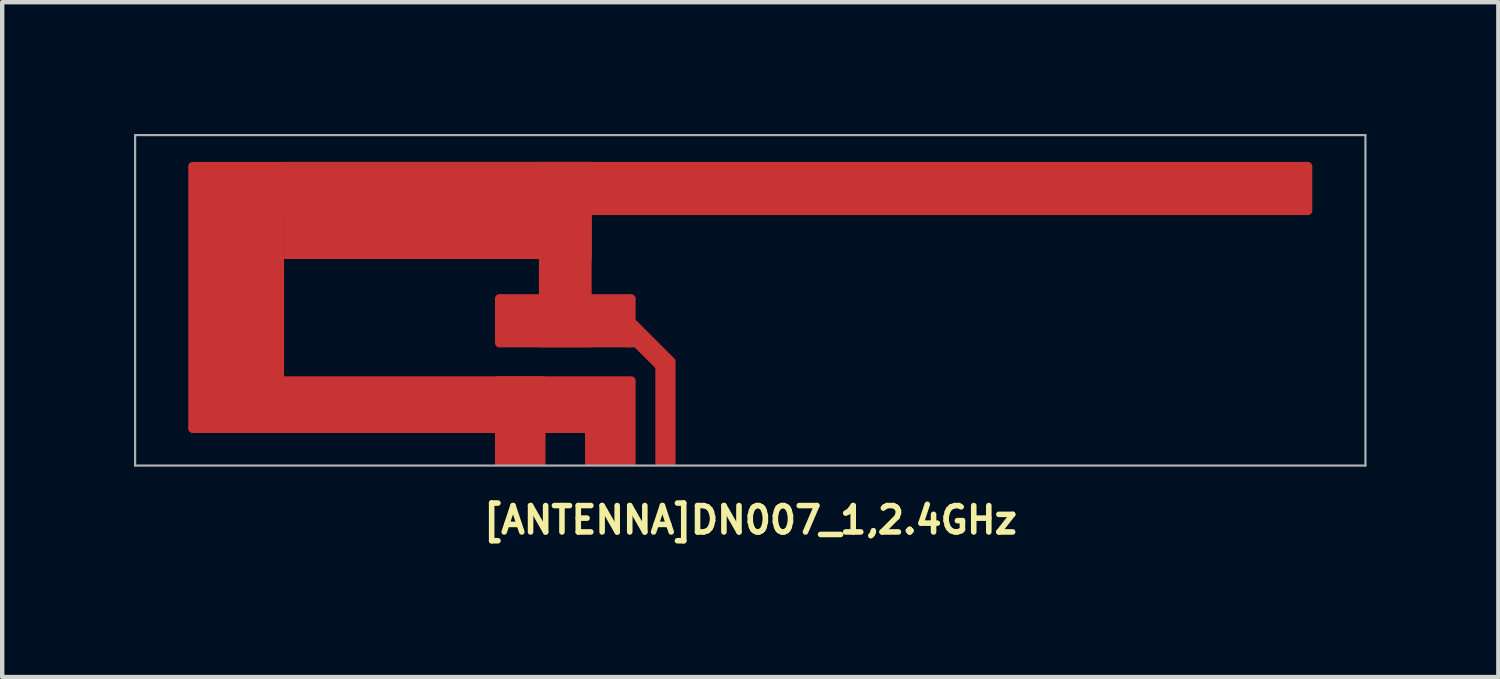
<source format=kicad_pcb>
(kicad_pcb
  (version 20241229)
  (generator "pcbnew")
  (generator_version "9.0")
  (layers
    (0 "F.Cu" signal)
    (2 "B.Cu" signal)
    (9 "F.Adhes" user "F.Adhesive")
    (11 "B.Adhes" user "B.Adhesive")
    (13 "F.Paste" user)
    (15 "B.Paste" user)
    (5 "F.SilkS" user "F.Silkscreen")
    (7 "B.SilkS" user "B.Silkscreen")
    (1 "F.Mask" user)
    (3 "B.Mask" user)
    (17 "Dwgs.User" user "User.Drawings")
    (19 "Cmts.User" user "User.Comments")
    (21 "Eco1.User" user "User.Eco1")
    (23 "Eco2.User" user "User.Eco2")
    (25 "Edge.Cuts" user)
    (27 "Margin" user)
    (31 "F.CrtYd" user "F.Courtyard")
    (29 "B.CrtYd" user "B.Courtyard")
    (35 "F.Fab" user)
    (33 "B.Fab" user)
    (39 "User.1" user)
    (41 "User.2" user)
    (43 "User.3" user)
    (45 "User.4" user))
  (footprint "[ANTENNA]DN007_1,2.4GHz"
    (layer "F.Cu")
    (at 14.025 3.785)
    (property "Reference" "[ANTENNA]DN007_1,2.4GHz" (at 0 5 0) (layer "F.SilkS") (effects (font (size 0.6 0.6) (thickness 0.127))))
    (attr exclude_from_pos_files exclude_from_bom)
    (fp_line (start -14 -3.76) (end -14 3.76) (stroke (width 0.05) (type solid)) (layer "F.Fab"))
    (fp_line (start -14 3.76) (end 14 3.76) (stroke (width 0.05) (type solid)) (layer "F.Fab"))
    (fp_line (start 14 -3.76) (end -14 -3.76) (stroke (width 0.05) (type solid)) (layer "F.Fab"))
    (fp_line (start 14 -3.76) (end 14 3.76) (stroke (width 0.05) (type solid)) (layer "F.Fab"))
    (pad "1" connect circle (at -12.69 -3.05 45) (size 0.2 0.2) (layers "F.Cu" "F.Mask"))
    (pad "1" connect circle (at -12.69 2.92 45) (size 0.2 0.2) (layers "F.Cu" "F.Mask"))
    (pad "1" connect rect (at -11.7 -0.065) (size 2.18 5.97) (layers "F.Cu" "F.Mask"))
    (pad "1" connect rect (at -7.7 2.375) (size 9.98 1.29) (layers "F.Cu" "F.Mask"))
    (pad "1" connect rect (at -7.11 -2.045) (size 7 2.21) (layers "F.Cu" "F.Mask"))
    (pad "1" connect circle (at -5.71 -0.04 45) (size 0.2 0.2) (layers "F.Cu" "F.Mask"))
    (pad "1" connect circle (at -5.71 0.97 45) (size 0.2 0.2) (layers "F.Cu" "F.Mask"))
    (pad "1" connect rect (at -5.235 2.745) (size 1.15 2.03) (layers "F.Cu" "F.Mask"))
    (pad "1" connect rect (at -4.21 -1.04) (size 1.2 4.22) (layers "F.Cu" "F.Mask"))
    (pad "1" connect rect (at -4.21 0.465) (size 3 1.21) (layers "F.Cu" "F.Mask"))
    (pad "1" connect rect (at -4.21 0.465) (size 3.2 1.01) (layers "F.Cu" "F.Mask"))
    (pad "1" connect rect (at -3.185 2.795) (size 1.15 1.93) (layers "F.Cu" "F.Mask"))
    (pad "1" connect circle (at -2.71 -0.04 45) (size 0.2 0.2) (layers "F.Cu" "F.Mask"))
    (pad "1" connect rect (at -2.71 0.97) (size 0.2 0.2) (layers "F.Cu" "F.Mask"))
    (pad "1" connect circle (at -2.71 1.83 45) (size 0.2 0.2) (layers "F.Cu" "F.Mask"))
    (pad "1" connect rect (at -2.332 1.046 45) (size 0.46 1.246) (layers "F.Cu" "F.Mask"))
    (pad "1" connect circle (at -1.8 1.394 45) (size 0.2 0.2) (layers "F.Cu" "F.Mask"))
    (pad "1" connect rect (at 0 -2.545) (size 25.38 1.21) (layers "F.Cu" "F.Mask"))
    (pad "1" connect rect (at 12 -2.545) (size 1.58 1.01) (layers "F.Cu" "F.Mask"))
    (pad "1" connect circle (at 12.69 -3.05 45) (size 0.2 0.2) (layers "F.Cu" "F.Mask"))
    (pad "1" connect circle (at 12.69 -2.04 45) (size 0.2 0.2) (layers "F.Cu" "F.Mask"))
    (pad "2" connect rect (at -1.93 2.577) (size 0.46 2.366) (layers "F.Cu" "F.Mask")))
  (gr_rect
    (start -3 -3)
    (end 31.05 12.359)
    (stroke (width 0.1) (type default))
    (fill no)
    (layer "Edge.Cuts")))
</source>
